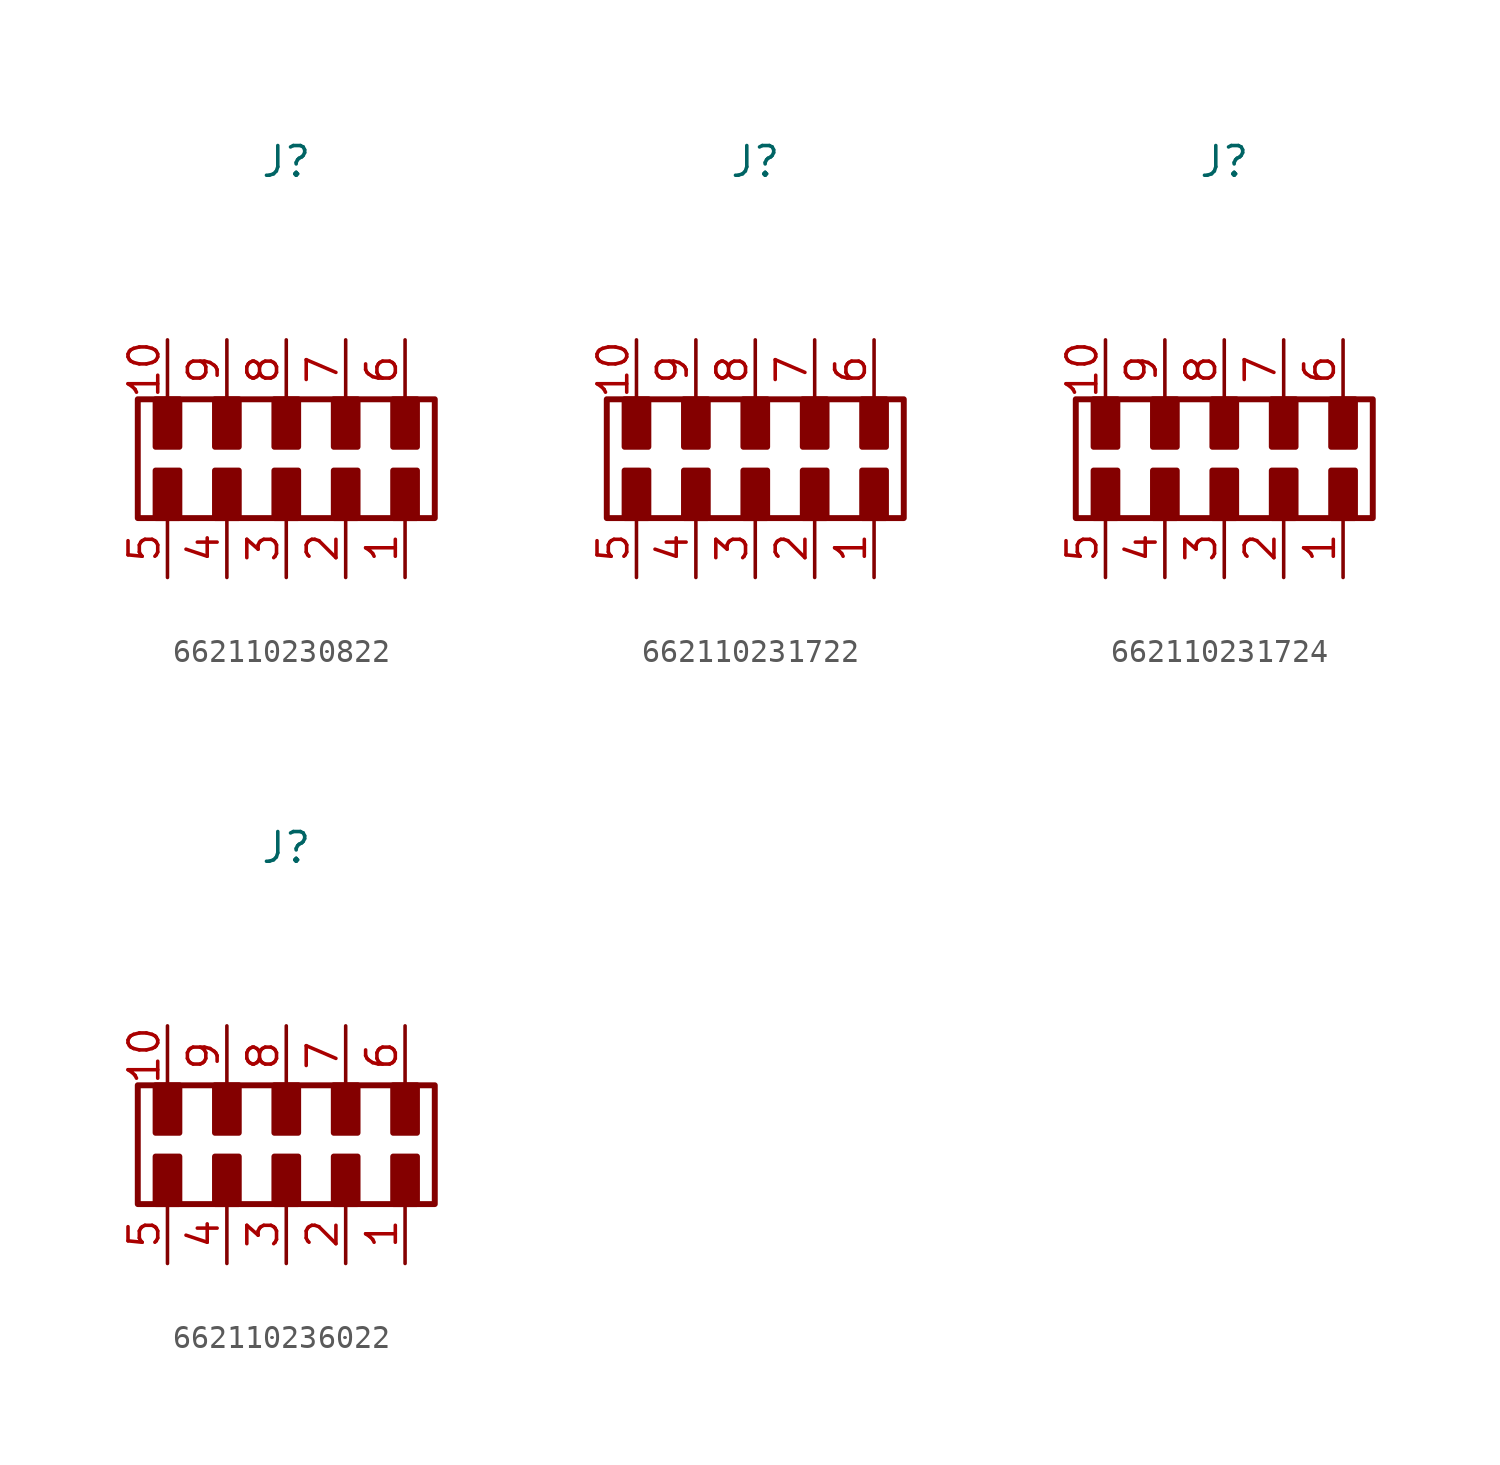
<source format=kicad_sym>
(kicad_symbol_lib
  (version 20241209)
  (generator "kicad_symbol_editor")
  (generator_version "9.0")
  (symbol "662110230822"
    (pin_names
      (hide yes))
    (property "Reference" "J"
      (at 0 12.7 0)
      (effects (font (size 1.27 1.27))))
    (symbol "662110230822_1_1"
      (rectangle (start -6.35 2.54) (end 6.35 -2.54) (stroke (width 0.254) (type solid)) (fill (type none)))
      (rectangle (start -5.588 2.54) (end -4.572 0.508) (stroke (width 0.254) (type solid)) (fill (type outline)))
      (rectangle (start -5.588 -0.508) (end -4.572 -2.54) (stroke (width 0.254) (type solid)) (fill (type outline)))
      (rectangle (start -3.048 2.54) (end -2.032 0.508) (stroke (width 0.254) (type solid)) (fill (type outline)))
      (rectangle (start -3.048 -0.508) (end -2.032 -2.54) (stroke (width 0.254) (type solid)) (fill (type outline)))
      (rectangle (start -0.508 2.54) (end 0.508 0.508) (stroke (width 0.254) (type solid)) (fill (type outline)))
      (rectangle (start -0.508 -0.508) (end 0.508 -2.54) (stroke (width 0.254) (type solid)) (fill (type outline)))
      (rectangle (start 2.032 2.54) (end 3.048 0.508) (stroke (width 0.254) (type solid)) (fill (type outline)))
      (rectangle (start 2.032 -0.508) (end 3.048 -2.54) (stroke (width 0.254) (type solid)) (fill (type outline)))
      (rectangle (start 4.572 2.54) (end 5.588 0.508) (stroke (width 0.254) (type solid)) (fill (type outline)))
      (rectangle (start 4.572 -0.508) (end 5.588 -2.54) (stroke (width 0.254) (type solid)) (fill (type outline)))
      (pin passive line (at -5.08 5.08 270) (length 2.54) (name "10" (effects (font (size 1.27 1.27)))) (number "10" (effects (font (size 1.27 1.27)))))
      (pin passive line (at -5.08 -5.08 90) (length 2.54) (name "5" (effects (font (size 1.27 1.27)))) (number "5" (effects (font (size 1.27 1.27)))))
      (pin passive line (at -2.54 5.08 270) (length 2.54) (name "9" (effects (font (size 1.27 1.27)))) (number "9" (effects (font (size 1.27 1.27)))))
      (pin passive line (at -2.54 -5.08 90) (length 2.54) (name "4" (effects (font (size 1.27 1.27)))) (number "4" (effects (font (size 1.27 1.27)))))
      (pin passive line (at 0 5.08 270) (length 2.54) (name "8" (effects (font (size 1.27 1.27)))) (number "8" (effects (font (size 1.27 1.27)))))
      (pin passive line (at 0 -5.08 90) (length 2.54) (name "3" (effects (font (size 1.27 1.27)))) (number "3" (effects (font (size 1.27 1.27)))))
      (pin passive line (at 2.54 5.08 270) (length 2.54) (name "7" (effects (font (size 1.27 1.27)))) (number "7" (effects (font (size 1.27 1.27)))))
      (pin passive line (at 2.54 -5.08 90) (length 2.54) (name "2" (effects (font (size 1.27 1.27)))) (number "2" (effects (font (size 1.27 1.27)))))
      (pin passive line (at 5.08 5.08 270) (length 2.54) (name "6" (effects (font (size 1.27 1.27)))) (number "6" (effects (font (size 1.27 1.27)))))
      (pin passive line (at 5.08 -5.08 90) (length 2.54) (name "1" (effects (font (size 1.27 1.27)))) (number "1" (effects (font (size 1.27 1.27)))))))
  (symbol "662110231722"
    (pin_names
      (hide yes))
    (property "Reference" "J"
      (at 0 12.7 0)
      (effects (font (size 1.27 1.27))))
    (symbol "662110231722_1_1"
      (rectangle (start -6.35 2.54) (end 6.35 -2.54) (stroke (width 0.254) (type solid)) (fill (type none)))
      (rectangle (start -5.588 2.54) (end -4.572 0.508) (stroke (width 0.254) (type solid)) (fill (type outline)))
      (rectangle (start -5.588 -0.508) (end -4.572 -2.54) (stroke (width 0.254) (type solid)) (fill (type outline)))
      (rectangle (start -3.048 2.54) (end -2.032 0.508) (stroke (width 0.254) (type solid)) (fill (type outline)))
      (rectangle (start -3.048 -0.508) (end -2.032 -2.54) (stroke (width 0.254) (type solid)) (fill (type outline)))
      (rectangle (start -0.508 2.54) (end 0.508 0.508) (stroke (width 0.254) (type solid)) (fill (type outline)))
      (rectangle (start -0.508 -0.508) (end 0.508 -2.54) (stroke (width 0.254) (type solid)) (fill (type outline)))
      (rectangle (start 2.032 2.54) (end 3.048 0.508) (stroke (width 0.254) (type solid)) (fill (type outline)))
      (rectangle (start 2.032 -0.508) (end 3.048 -2.54) (stroke (width 0.254) (type solid)) (fill (type outline)))
      (rectangle (start 4.572 2.54) (end 5.588 0.508) (stroke (width 0.254) (type solid)) (fill (type outline)))
      (rectangle (start 4.572 -0.508) (end 5.588 -2.54) (stroke (width 0.254) (type solid)) (fill (type outline)))
      (pin passive line (at -5.08 5.08 270) (length 2.54) (name "10" (effects (font (size 1.27 1.27)))) (number "10" (effects (font (size 1.27 1.27)))))
      (pin passive line (at -5.08 -5.08 90) (length 2.54) (name "5" (effects (font (size 1.27 1.27)))) (number "5" (effects (font (size 1.27 1.27)))))
      (pin passive line (at -2.54 5.08 270) (length 2.54) (name "9" (effects (font (size 1.27 1.27)))) (number "9" (effects (font (size 1.27 1.27)))))
      (pin passive line (at -2.54 -5.08 90) (length 2.54) (name "4" (effects (font (size 1.27 1.27)))) (number "4" (effects (font (size 1.27 1.27)))))
      (pin passive line (at 0 5.08 270) (length 2.54) (name "8" (effects (font (size 1.27 1.27)))) (number "8" (effects (font (size 1.27 1.27)))))
      (pin passive line (at 0 -5.08 90) (length 2.54) (name "3" (effects (font (size 1.27 1.27)))) (number "3" (effects (font (size 1.27 1.27)))))
      (pin passive line (at 2.54 5.08 270) (length 2.54) (name "7" (effects (font (size 1.27 1.27)))) (number "7" (effects (font (size 1.27 1.27)))))
      (pin passive line (at 2.54 -5.08 90) (length 2.54) (name "2" (effects (font (size 1.27 1.27)))) (number "2" (effects (font (size 1.27 1.27)))))
      (pin passive line (at 5.08 5.08 270) (length 2.54) (name "6" (effects (font (size 1.27 1.27)))) (number "6" (effects (font (size 1.27 1.27)))))
      (pin passive line (at 5.08 -5.08 90) (length 2.54) (name "1" (effects (font (size 1.27 1.27)))) (number "1" (effects (font (size 1.27 1.27)))))))
  (symbol "662110231724"
    (pin_names
      (hide yes))
    (property "Reference" "J"
      (at 0 12.7 0)
      (effects (font (size 1.27 1.27))))
    (symbol "662110231724_1_1"
      (rectangle (start -6.35 2.54) (end 6.35 -2.54) (stroke (width 0.254) (type solid)) (fill (type none)))
      (rectangle (start -5.588 2.54) (end -4.572 0.508) (stroke (width 0.254) (type solid)) (fill (type outline)))
      (rectangle (start -5.588 -0.508) (end -4.572 -2.54) (stroke (width 0.254) (type solid)) (fill (type outline)))
      (rectangle (start -3.048 2.54) (end -2.032 0.508) (stroke (width 0.254) (type solid)) (fill (type outline)))
      (rectangle (start -3.048 -0.508) (end -2.032 -2.54) (stroke (width 0.254) (type solid)) (fill (type outline)))
      (rectangle (start -0.508 2.54) (end 0.508 0.508) (stroke (width 0.254) (type solid)) (fill (type outline)))
      (rectangle (start -0.508 -0.508) (end 0.508 -2.54) (stroke (width 0.254) (type solid)) (fill (type outline)))
      (rectangle (start 2.032 2.54) (end 3.048 0.508) (stroke (width 0.254) (type solid)) (fill (type outline)))
      (rectangle (start 2.032 -0.508) (end 3.048 -2.54) (stroke (width 0.254) (type solid)) (fill (type outline)))
      (rectangle (start 4.572 2.54) (end 5.588 0.508) (stroke (width 0.254) (type solid)) (fill (type outline)))
      (rectangle (start 4.572 -0.508) (end 5.588 -2.54) (stroke (width 0.254) (type solid)) (fill (type outline)))
      (pin passive line (at -5.08 5.08 270) (length 2.54) (name "10" (effects (font (size 1.27 1.27)))) (number "10" (effects (font (size 1.27 1.27)))))
      (pin passive line (at -5.08 -5.08 90) (length 2.54) (name "5" (effects (font (size 1.27 1.27)))) (number "5" (effects (font (size 1.27 1.27)))))
      (pin passive line (at -2.54 5.08 270) (length 2.54) (name "9" (effects (font (size 1.27 1.27)))) (number "9" (effects (font (size 1.27 1.27)))))
      (pin passive line (at -2.54 -5.08 90) (length 2.54) (name "4" (effects (font (size 1.27 1.27)))) (number "4" (effects (font (size 1.27 1.27)))))
      (pin passive line (at 0 5.08 270) (length 2.54) (name "8" (effects (font (size 1.27 1.27)))) (number "8" (effects (font (size 1.27 1.27)))))
      (pin passive line (at 0 -5.08 90) (length 2.54) (name "3" (effects (font (size 1.27 1.27)))) (number "3" (effects (font (size 1.27 1.27)))))
      (pin passive line (at 2.54 5.08 270) (length 2.54) (name "7" (effects (font (size 1.27 1.27)))) (number "7" (effects (font (size 1.27 1.27)))))
      (pin passive line (at 2.54 -5.08 90) (length 2.54) (name "2" (effects (font (size 1.27 1.27)))) (number "2" (effects (font (size 1.27 1.27)))))
      (pin passive line (at 5.08 5.08 270) (length 2.54) (name "6" (effects (font (size 1.27 1.27)))) (number "6" (effects (font (size 1.27 1.27)))))
      (pin passive line (at 5.08 -5.08 90) (length 2.54) (name "1" (effects (font (size 1.27 1.27)))) (number "1" (effects (font (size 1.27 1.27)))))))
  (symbol "662110236022"
    (pin_names
      (hide yes))
    (property "Reference" "J"
      (at 0 12.7 0)
      (effects (font (size 1.27 1.27))))
    (symbol "662110236022_1_1"
      (rectangle (start -6.35 2.54) (end 6.35 -2.54) (stroke (width 0.254) (type solid)) (fill (type none)))
      (rectangle (start -5.588 2.54) (end -4.572 0.508) (stroke (width 0.254) (type solid)) (fill (type outline)))
      (rectangle (start -5.588 -0.508) (end -4.572 -2.54) (stroke (width 0.254) (type solid)) (fill (type outline)))
      (rectangle (start -3.048 2.54) (end -2.032 0.508) (stroke (width 0.254) (type solid)) (fill (type outline)))
      (rectangle (start -3.048 -0.508) (end -2.032 -2.54) (stroke (width 0.254) (type solid)) (fill (type outline)))
      (rectangle (start -0.508 2.54) (end 0.508 0.508) (stroke (width 0.254) (type solid)) (fill (type outline)))
      (rectangle (start -0.508 -0.508) (end 0.508 -2.54) (stroke (width 0.254) (type solid)) (fill (type outline)))
      (rectangle (start 2.032 2.54) (end 3.048 0.508) (stroke (width 0.254) (type solid)) (fill (type outline)))
      (rectangle (start 2.032 -0.508) (end 3.048 -2.54) (stroke (width 0.254) (type solid)) (fill (type outline)))
      (rectangle (start 4.572 2.54) (end 5.588 0.508) (stroke (width 0.254) (type solid)) (fill (type outline)))
      (rectangle (start 4.572 -0.508) (end 5.588 -2.54) (stroke (width 0.254) (type solid)) (fill (type outline)))
      (pin passive line (at -5.08 5.08 270) (length 2.54) (name "10" (effects (font (size 1.27 1.27)))) (number "10" (effects (font (size 1.27 1.27)))))
      (pin passive line (at -5.08 -5.08 90) (length 2.54) (name "5" (effects (font (size 1.27 1.27)))) (number "5" (effects (font (size 1.27 1.27)))))
      (pin passive line (at -2.54 5.08 270) (length 2.54) (name "9" (effects (font (size 1.27 1.27)))) (number "9" (effects (font (size 1.27 1.27)))))
      (pin passive line (at -2.54 -5.08 90) (length 2.54) (name "4" (effects (font (size 1.27 1.27)))) (number "4" (effects (font (size 1.27 1.27)))))
      (pin passive line (at 0 5.08 270) (length 2.54) (name "8" (effects (font (size 1.27 1.27)))) (number "8" (effects (font (size 1.27 1.27)))))
      (pin passive line (at 0 -5.08 90) (length 2.54) (name "3" (effects (font (size 1.27 1.27)))) (number "3" (effects (font (size 1.27 1.27)))))
      (pin passive line (at 2.54 5.08 270) (length 2.54) (name "7" (effects (font (size 1.27 1.27)))) (number "7" (effects (font (size 1.27 1.27)))))
      (pin passive line (at 2.54 -5.08 90) (length 2.54) (name "2" (effects (font (size 1.27 1.27)))) (number "2" (effects (font (size 1.27 1.27)))))
      (pin passive line (at 5.08 5.08 270) (length 2.54) (name "6" (effects (font (size 1.27 1.27)))) (number "6" (effects (font (size 1.27 1.27)))))
      (pin passive line (at 5.08 -5.08 90) (length 2.54) (name "1" (effects (font (size 1.27 1.27)))) (number "1" (effects (font (size 1.27 1.27))))))))
</source>
